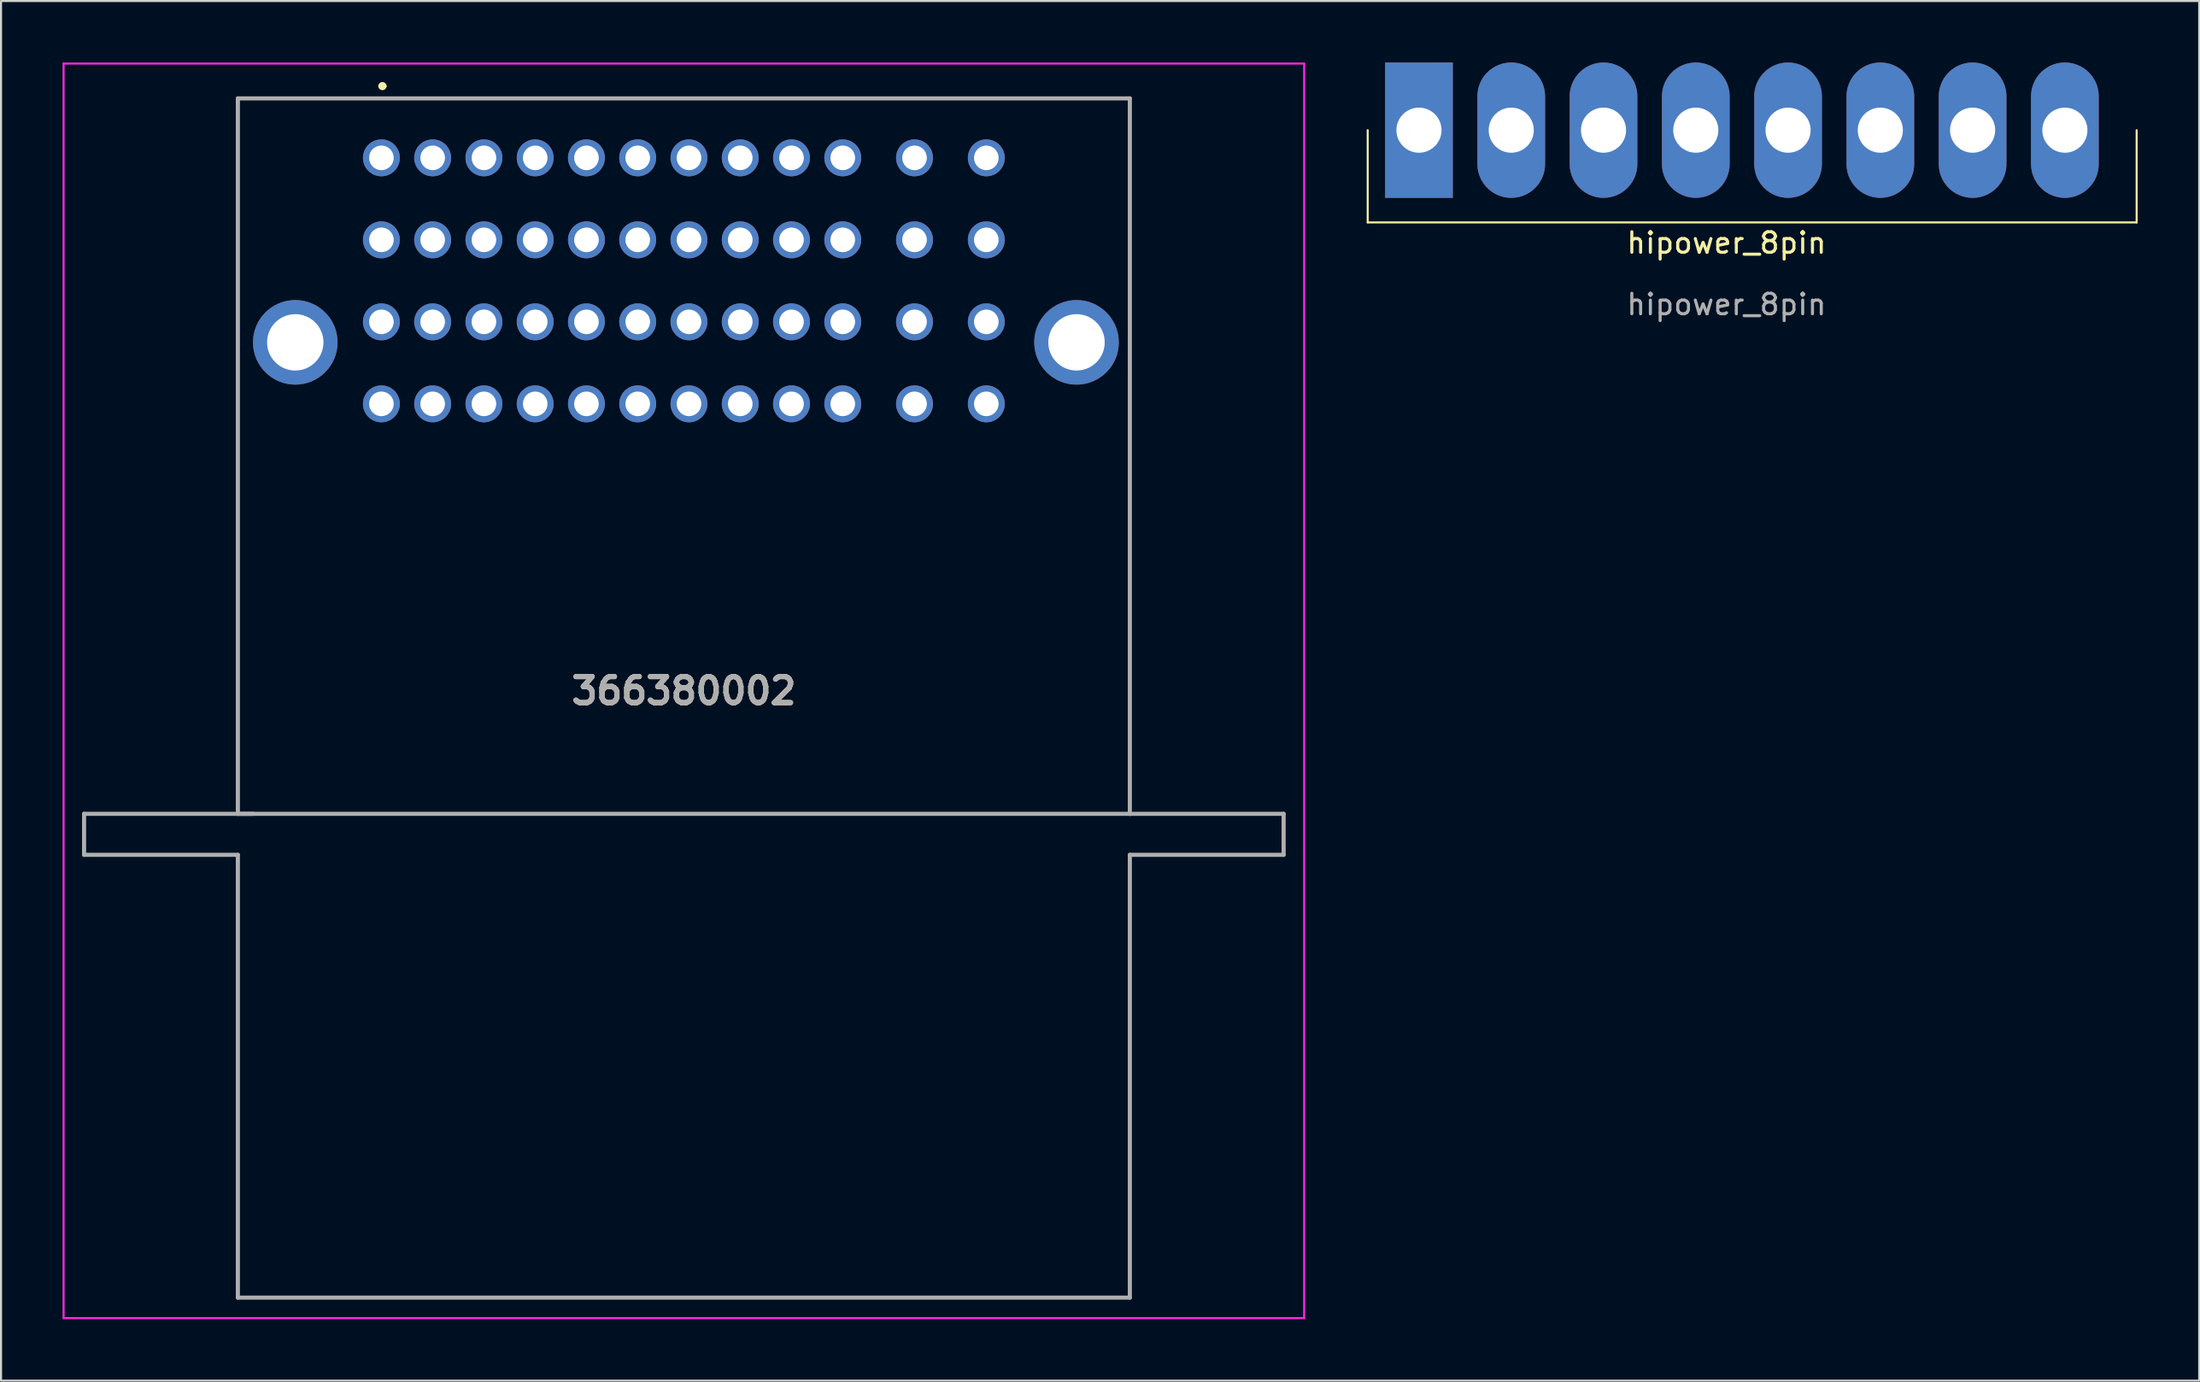
<source format=kicad_pcb>
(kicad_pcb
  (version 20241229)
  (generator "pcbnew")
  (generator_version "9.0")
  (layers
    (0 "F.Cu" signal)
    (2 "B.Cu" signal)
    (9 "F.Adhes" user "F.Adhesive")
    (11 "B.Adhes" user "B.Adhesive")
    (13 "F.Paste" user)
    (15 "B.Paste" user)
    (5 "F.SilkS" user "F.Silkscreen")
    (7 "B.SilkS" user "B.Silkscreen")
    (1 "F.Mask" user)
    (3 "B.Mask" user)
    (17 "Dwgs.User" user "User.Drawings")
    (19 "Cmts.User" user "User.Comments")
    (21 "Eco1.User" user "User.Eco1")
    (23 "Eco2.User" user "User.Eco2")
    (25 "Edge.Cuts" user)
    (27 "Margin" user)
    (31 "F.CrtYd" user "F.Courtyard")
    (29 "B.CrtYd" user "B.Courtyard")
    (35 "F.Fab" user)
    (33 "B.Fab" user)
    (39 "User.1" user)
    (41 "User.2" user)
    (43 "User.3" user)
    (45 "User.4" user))
  (footprint "hipower_8pin"
    (layer "F.Cu")
    (at 81.15 9.3)
    (property "Reference" "hipower_8pin" (at 0 -0.5 0) (unlocked yes) (layer "F.SilkS") (effects (font (size 1 1) (thickness 0.15))))
    (attr through_hole)
    (fp_line (start -17.5 -1.5) (end -17.5 -6) (stroke (width 0.1) (type solid)) (layer "F.SilkS"))
    (fp_line (start 20 -6) (end 20 -1.5) (stroke (width 0.1) (type solid)) (layer "F.SilkS"))
    (fp_line (start 20 -1.5) (end -17.5 -1.5) (stroke (width 0.1) (type solid)) (layer "F.SilkS"))
    (fp_text user "${REFERENCE}" (at 0 2.5 0) (unlocked yes) (layer "F.Fab") (effects (font (size 1 1) (thickness 0.15))))
    (pad "1" thru_hole rect (at -15 -6) (size 3.3 6.6) (drill 2.2) (layers "*.Cu" "*.Mask"))
    (pad "2" thru_hole oval (at -10.5 -6) (size 3.3 6.6) (drill 2.2) (layers "*.Cu" "*.Mask"))
    (pad "3" thru_hole oval (at -6 -6) (size 3.3 6.6) (drill 2.2) (layers "*.Cu" "*.Mask"))
    (pad "4" thru_hole oval (at -1.5 -6) (size 3.3 6.6) (drill 2.2) (layers "*.Cu" "*.Mask"))
    (pad "5" thru_hole oval (at 3 -6) (size 3.3 6.6) (drill 2.2) (layers "*.Cu" "*.Mask"))
    (pad "6" thru_hole oval (at 7.5 -6) (size 3.3 6.6) (drill 2.2) (layers "*.Cu" "*.Mask"))
    (pad "7" thru_hole oval (at 12 -6) (size 3.3 6.6) (drill 2.2) (layers "*.Cu" "*.Mask"))
    (pad "8" thru_hole oval (at 16.5 -6) (size 3.3 6.6) (drill 2.2) (layers "*.Cu" "*.Mask")))
  (footprint "366380002"
    (layer "F.Cu")
    (at 30.3 30.65)
    (property "Reference" "366380002" (at 0 0 0) (layer "F.SilkS") (effects (font (size 1.27 1.27) (thickness 0.254))))
    (attr through_hole)
    (fp_line (start -29.25 6) (end -29.25 8) (stroke (width 0.1) (type solid)) (layer "F.SilkS"))
    (fp_line (start -29.25 8) (end -21.75 8) (stroke (width 0.1) (type solid)) (layer "F.SilkS"))
    (fp_line (start -21.75 -28.9) (end 21.75 -28.9) (stroke (width 0.1) (type solid)) (layer "F.SilkS"))
    (fp_line (start -21.75 6) (end -21.75 -28.9) (stroke (width 0.1) (type solid)) (layer "F.SilkS"))
    (fp_line (start -21.75 8) (end -21.75 29.6) (stroke (width 0.1) (type solid)) (layer "F.SilkS"))
    (fp_line (start -21.75 29.6) (end 21.75 29.6) (stroke (width 0.1) (type solid)) (layer "F.SilkS"))
    (fp_line (start -21 6) (end -29.25 6) (stroke (width 0.1) (type solid)) (layer "F.SilkS"))
    (fp_line (start -14.8 -29.5) (end -14.8 -29.5) (stroke (width 0.2) (type solid)) (layer "F.SilkS"))
    (fp_line (start -14.6 -29.5) (end -14.6 -29.5) (stroke (width 0.2) (type solid)) (layer "F.SilkS"))
    (fp_line (start 21.75 -28.9) (end 21.75 6) (stroke (width 0.1) (type solid)) (layer "F.SilkS"))
    (fp_line (start 21.75 6) (end -21.75 6) (stroke (width 0.1) (type solid)) (layer "F.SilkS"))
    (fp_line (start 21.75 8) (end 29.25 8) (stroke (width 0.1) (type solid)) (layer "F.SilkS"))
    (fp_line (start 21.75 29.6) (end 21.75 8) (stroke (width 0.1) (type solid)) (layer "F.SilkS"))
    (fp_line (start 29.25 6) (end 21.75 6) (stroke (width 0.1) (type solid)) (layer "F.SilkS"))
    (fp_line (start 29.25 8) (end 29.25 6) (stroke (width 0.1) (type solid)) (layer "F.SilkS"))
    (fp_arc (start -14.8 -29.5) (mid -14.7 -29.6) (end -14.6 -29.5) (stroke (width 0.2) (type solid)) (layer "F.SilkS"))
    (fp_arc (start -14.6 -29.5) (mid -14.7 -29.4) (end -14.8 -29.5) (stroke (width 0.2) (type solid)) (layer "F.SilkS"))
    (fp_line (start -30.25 -30.6) (end 30.25 -30.6) (stroke (width 0.1) (type solid)) (layer "F.CrtYd"))
    (fp_line (start -30.25 30.6) (end -30.25 -30.6) (stroke (width 0.1) (type solid)) (layer "F.CrtYd"))
    (fp_line (start 30.25 -30.6) (end 30.25 30.6) (stroke (width 0.1) (type solid)) (layer "F.CrtYd"))
    (fp_line (start 30.25 30.6) (end -30.25 30.6) (stroke (width 0.1) (type solid)) (layer "F.CrtYd"))
    (fp_line (start -29.25 6) (end -29.25 8) (stroke (width 0.2) (type solid)) (layer "F.Fab"))
    (fp_line (start -29.25 8) (end -21.75 8) (stroke (width 0.2) (type solid)) (layer "F.Fab"))
    (fp_line (start -21.75 -28.9) (end 21.75 -28.9) (stroke (width 0.2) (type solid)) (layer "F.Fab"))
    (fp_line (start -21.75 6) (end -21.75 -28.9) (stroke (width 0.2) (type solid)) (layer "F.Fab"))
    (fp_line (start -21.75 8) (end -21.75 29.6) (stroke (width 0.2) (type solid)) (layer "F.Fab"))
    (fp_line (start -21.75 29.6) (end 21.75 29.6) (stroke (width 0.2) (type solid)) (layer "F.Fab"))
    (fp_line (start -21 6) (end -29.25 6) (stroke (width 0.2) (type solid)) (layer "F.Fab"))
    (fp_line (start 21.75 -28.9) (end 21.75 6) (stroke (width 0.2) (type solid)) (layer "F.Fab"))
    (fp_line (start 21.75 6) (end -21.75 6) (stroke (width 0.2) (type solid)) (layer "F.Fab"))
    (fp_line (start 21.75 6) (end 29.25 6) (stroke (width 0.2) (type solid)) (layer "F.Fab"))
    (fp_line (start 21.75 8) (end 29.25 8) (stroke (width 0.2) (type solid)) (layer "F.Fab"))
    (fp_line (start 21.75 29.6) (end 21.75 8) (stroke (width 0.2) (type solid)) (layer "F.Fab"))
    (fp_line (start 29.25 6) (end 29.25 8) (stroke (width 0.2) (type solid)) (layer "F.Fab"))
    (fp_text user "${REFERENCE}" (at 0 0 0) (layer "F.Fab") (effects (font (size 1.27 1.27) (thickness 0.254))))
    (pad "A1" thru_hole circle (at -14.75 -26) (size 1.8 1.8) (drill 1.2) (layers "*.Cu" "*.Mask"))
    (pad "A2" thru_hole circle (at -14.75 -22) (size 1.8 1.8) (drill 1.2) (layers "*.Cu" "*.Mask"))
    (pad "A3" thru_hole circle (at -14.75 -18) (size 1.8 1.8) (drill 1.2) (layers "*.Cu" "*.Mask"))
    (pad "A4" thru_hole circle (at -14.75 -14) (size 1.8 1.8) (drill 1.2) (layers "*.Cu" "*.Mask"))
    (pad "B1" thru_hole circle (at -12.25 -26) (size 1.8 1.8) (drill 1.2) (layers "*.Cu" "*.Mask"))
    (pad "B2" thru_hole circle (at -12.25 -22) (size 1.8 1.8) (drill 1.2) (layers "*.Cu" "*.Mask"))
    (pad "B3" thru_hole circle (at -12.25 -18) (size 1.8 1.8) (drill 1.2) (layers "*.Cu" "*.Mask"))
    (pad "B4" thru_hole circle (at -12.25 -14) (size 1.8 1.8) (drill 1.2) (layers "*.Cu" "*.Mask"))
    (pad "C1" thru_hole circle (at -9.75 -26) (size 1.8 1.8) (drill 1.2) (layers "*.Cu" "*.Mask"))
    (pad "C2" thru_hole circle (at -9.75 -22) (size 1.8 1.8) (drill 1.2) (layers "*.Cu" "*.Mask"))
    (pad "C3" thru_hole circle (at -9.75 -18) (size 1.8 1.8) (drill 1.2) (layers "*.Cu" "*.Mask"))
    (pad "C4" thru_hole circle (at -9.75 -14) (size 1.8 1.8) (drill 1.2) (layers "*.Cu" "*.Mask"))
    (pad "D1" thru_hole circle (at -7.25 -26) (size 1.8 1.8) (drill 1.2) (layers "*.Cu" "*.Mask"))
    (pad "D2" thru_hole circle (at -7.25 -22) (size 1.8 1.8) (drill 1.2) (layers "*.Cu" "*.Mask"))
    (pad "D3" thru_hole circle (at -7.25 -18) (size 1.8 1.8) (drill 1.2) (layers "*.Cu" "*.Mask"))
    (pad "D4" thru_hole circle (at -7.25 -14) (size 1.8 1.8) (drill 1.2) (layers "*.Cu" "*.Mask"))
    (pad "E1" thru_hole circle (at -4.75 -26) (size 1.8 1.8) (drill 1.2) (layers "*.Cu" "*.Mask"))
    (pad "E2" thru_hole circle (at -4.75 -22) (size 1.8 1.8) (drill 1.2) (layers "*.Cu" "*.Mask"))
    (pad "E3" thru_hole circle (at -4.75 -18) (size 1.8 1.8) (drill 1.2) (layers "*.Cu" "*.Mask"))
    (pad "E4" thru_hole circle (at -4.75 -14) (size 1.8 1.8) (drill 1.2) (layers "*.Cu" "*.Mask"))
    (pad "F1" thru_hole circle (at -2.25 -26) (size 1.8 1.8) (drill 1.2) (layers "*.Cu" "*.Mask"))
    (pad "F2" thru_hole circle (at -2.25 -22) (size 1.8 1.8) (drill 1.2) (layers "*.Cu" "*.Mask"))
    (pad "F3" thru_hole circle (at -2.25 -18) (size 1.8 1.8) (drill 1.2) (layers "*.Cu" "*.Mask"))
    (pad "F4" thru_hole circle (at -2.25 -14) (size 1.8 1.8) (drill 1.2) (layers "*.Cu" "*.Mask"))
    (pad "G1" thru_hole circle (at 0.25 -26) (size 1.8 1.8) (drill 1.2) (layers "*.Cu" "*.Mask"))
    (pad "G2" thru_hole circle (at 0.25 -22) (size 1.8 1.8) (drill 1.2) (layers "*.Cu" "*.Mask"))
    (pad "G3" thru_hole circle (at 0.25 -18) (size 1.8 1.8) (drill 1.2) (layers "*.Cu" "*.Mask"))
    (pad "G4" thru_hole circle (at 0.25 -14) (size 1.8 1.8) (drill 1.2) (layers "*.Cu" "*.Mask"))
    (pad "H1" thru_hole circle (at 2.75 -26) (size 1.8 1.8) (drill 1.2) (layers "*.Cu" "*.Mask"))
    (pad "H2" thru_hole circle (at 2.75 -22) (size 1.8 1.8) (drill 1.2) (layers "*.Cu" "*.Mask"))
    (pad "H3" thru_hole circle (at 2.75 -18) (size 1.8 1.8) (drill 1.2) (layers "*.Cu" "*.Mask"))
    (pad "H4" thru_hole circle (at 2.75 -14) (size 1.8 1.8) (drill 1.2) (layers "*.Cu" "*.Mask"))
    (pad "J1" thru_hole circle (at 5.25 -26) (size 1.8 1.8) (drill 1.2) (layers "*.Cu" "*.Mask"))
    (pad "J2" thru_hole circle (at 5.25 -22) (size 1.8 1.8) (drill 1.2) (layers "*.Cu" "*.Mask"))
    (pad "J3" thru_hole circle (at 5.25 -18) (size 1.8 1.8) (drill 1.2) (layers "*.Cu" "*.Mask"))
    (pad "J4" thru_hole circle (at 5.25 -14) (size 1.8 1.8) (drill 1.2) (layers "*.Cu" "*.Mask"))
    (pad "K1" thru_hole circle (at 7.75 -26) (size 1.8 1.8) (drill 1.2) (layers "*.Cu" "*.Mask"))
    (pad "K2" thru_hole circle (at 7.75 -22) (size 1.8 1.8) (drill 1.2) (layers "*.Cu" "*.Mask"))
    (pad "K3" thru_hole circle (at 7.75 -18) (size 1.8 1.8) (drill 1.2) (layers "*.Cu" "*.Mask"))
    (pad "K4" thru_hole circle (at 7.75 -14) (size 1.8 1.8) (drill 1.2) (layers "*.Cu" "*.Mask"))
    (pad "L1" thru_hole circle (at 11.25 -26) (size 1.8 1.8) (drill 1.2) (layers "*.Cu" "*.Mask"))
    (pad "L2" thru_hole circle (at 11.25 -22) (size 1.8 1.8) (drill 1.2) (layers "*.Cu" "*.Mask"))
    (pad "L3" thru_hole circle (at 11.25 -18) (size 1.8 1.8) (drill 1.2) (layers "*.Cu" "*.Mask"))
    (pad "L4" thru_hole circle (at 11.25 -14) (size 1.8 1.8) (drill 1.2) (layers "*.Cu" "*.Mask"))
    (pad "M1" thru_hole circle (at 14.75 -26) (size 1.8 1.8) (drill 1.2) (layers "*.Cu" "*.Mask"))
    (pad "M2" thru_hole circle (at 14.75 -22) (size 1.8 1.8) (drill 1.2) (layers "*.Cu" "*.Mask"))
    (pad "M3" thru_hole circle (at 14.75 -18) (size 1.8 1.8) (drill 1.2) (layers "*.Cu" "*.Mask"))
    (pad "M4" thru_hole circle (at 14.75 -14) (size 1.8 1.8) (drill 1.2) (layers "*.Cu" "*.Mask"))
    (pad "MH1" thru_hole circle (at -18.95 -17) (size 4.125 4.125) (drill 2.75) (layers "*.Cu" "*.Mask"))
    (pad "MH2" thru_hole circle (at 19.15 -17) (size 4.125 4.125) (drill 2.75) (layers "*.Cu" "*.Mask")))
  (gr_rect
    (start -3 -3)
    (end 104.2 64.3)
    (stroke (width 0.1) (type default))
    (fill no)
    (layer "Edge.Cuts")))
</source>
